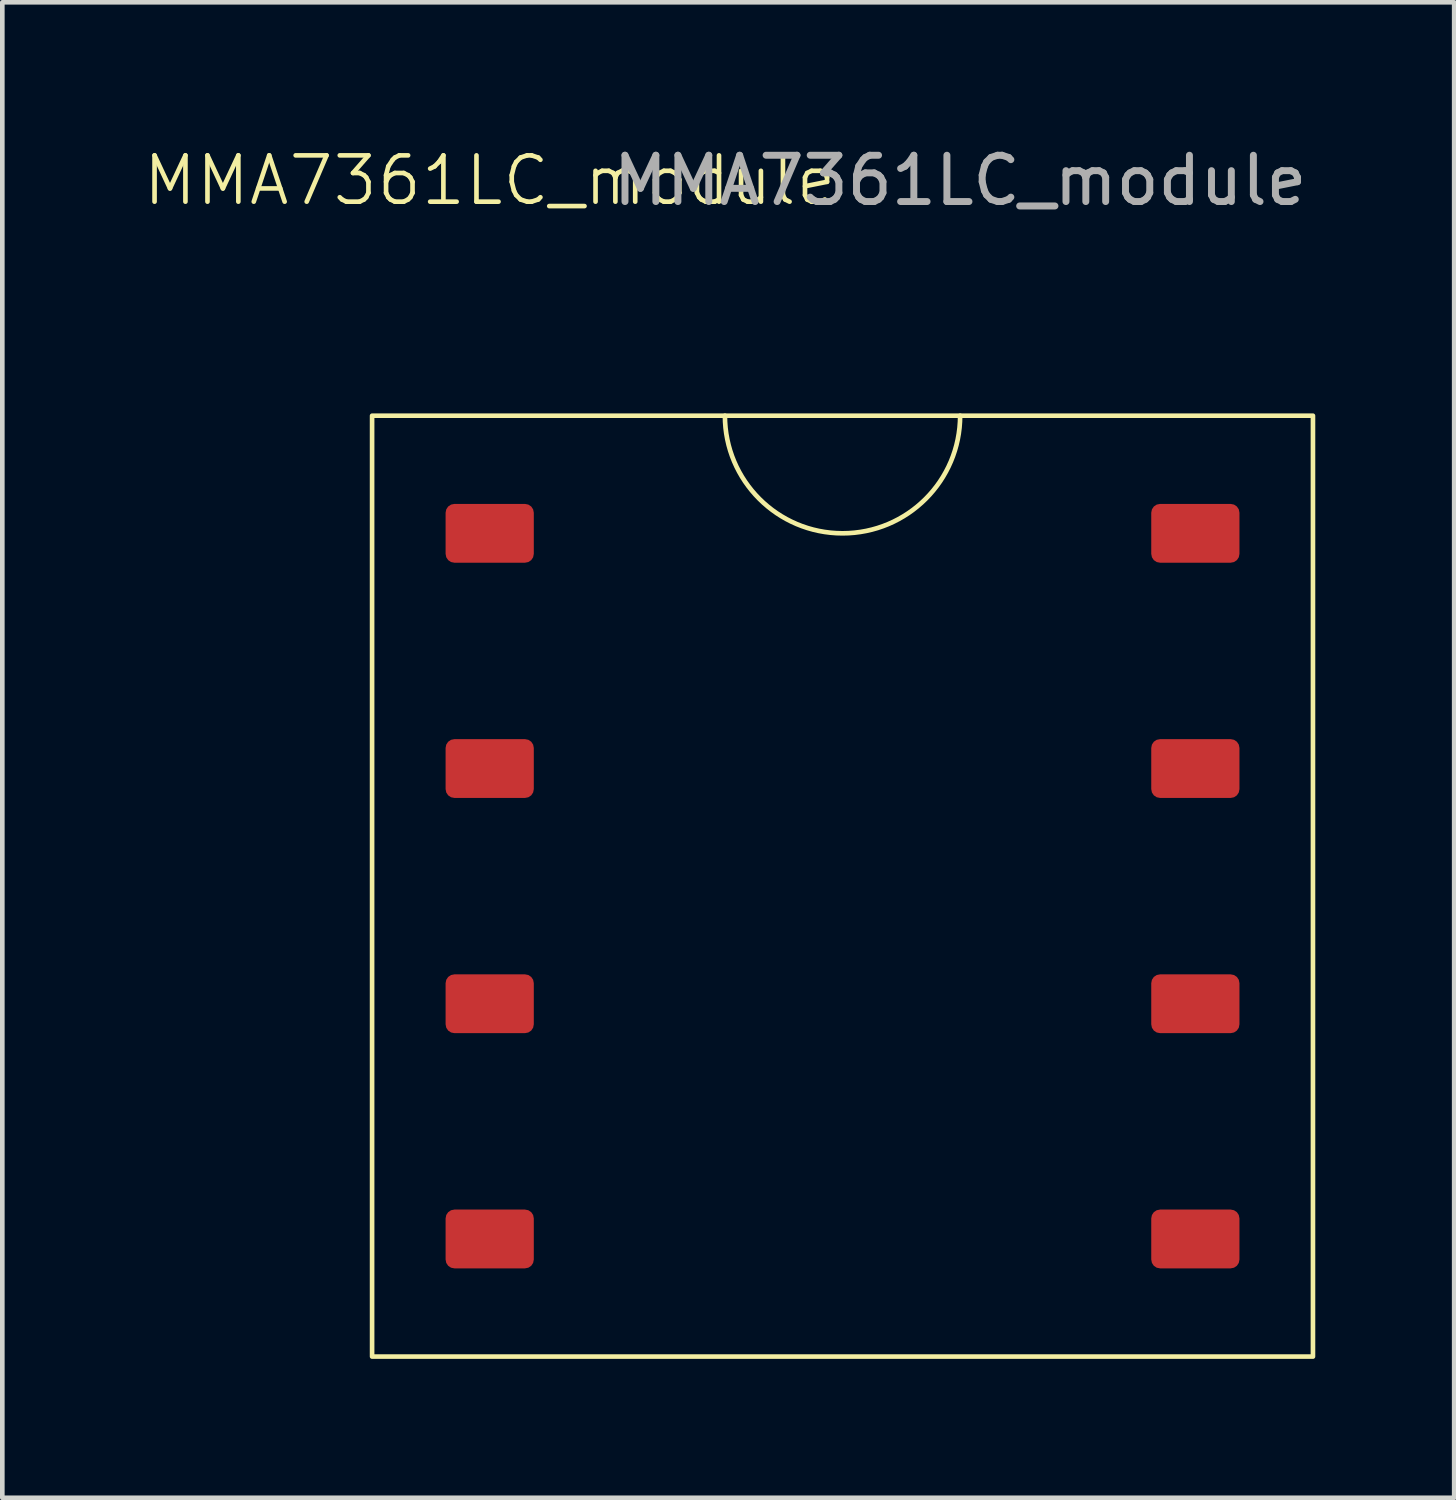
<source format=kicad_pcb>
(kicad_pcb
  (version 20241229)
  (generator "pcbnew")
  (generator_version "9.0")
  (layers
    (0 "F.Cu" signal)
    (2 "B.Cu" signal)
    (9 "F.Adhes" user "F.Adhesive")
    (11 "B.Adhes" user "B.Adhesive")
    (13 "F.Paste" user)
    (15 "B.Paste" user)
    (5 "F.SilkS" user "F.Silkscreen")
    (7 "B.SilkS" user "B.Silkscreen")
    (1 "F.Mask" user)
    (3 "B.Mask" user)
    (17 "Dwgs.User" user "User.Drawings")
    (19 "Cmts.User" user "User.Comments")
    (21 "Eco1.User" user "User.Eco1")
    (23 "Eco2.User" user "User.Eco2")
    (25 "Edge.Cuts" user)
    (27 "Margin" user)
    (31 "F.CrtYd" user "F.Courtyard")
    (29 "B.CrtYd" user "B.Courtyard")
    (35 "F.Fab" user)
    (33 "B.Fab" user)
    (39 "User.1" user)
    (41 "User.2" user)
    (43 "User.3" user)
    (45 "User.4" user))
  (footprint "MMA7361LC_module"
    (layer "F.Cu")
    (at 15.146 16.088)
    (property "Reference" "MMA7361LC_module" (at -7.62 -15.24 0) (unlocked yes) (layer "F.SilkS") (effects (font (size 1 1) (thickness 0.1))))
    (attr smd)
    (fp_rect (start -10.16 -10.16) (end 10.16 10.16) (stroke (width 0.1) (type default)) (fill no) (layer "F.SilkS"))
    (fp_arc (start 2.54 -10.16) (mid 0 -7.62) (end -2.54 -10.16) (stroke (width 0.1) (type default)) (layer "F.SilkS"))
    (fp_text user "${REFERENCE}" (at 2.54 -15.24 0) (unlocked yes) (layer "F.Fab") (effects (font (size 1 1) (thickness 0.15))))
    (pad "1" smd roundrect (at -7.62 -7.62) (size 1.905 1.27) (layers "F.Cu" "F.Mask" "F.Paste") (roundrect_rratio 0.15))
    (pad "2" smd roundrect (at -7.62 -2.54) (size 1.905 1.27) (layers "F.Cu" "F.Mask" "F.Paste") (roundrect_rratio 0.15))
    (pad "3" smd roundrect (at -7.62 2.54) (size 1.905 1.27) (layers "F.Cu" "F.Mask" "F.Paste") (roundrect_rratio 0.15))
    (pad "4" smd roundrect (at -7.62 7.62) (size 1.905 1.27) (layers "F.Cu" "F.Mask" "F.Paste") (roundrect_rratio 0.15))
    (pad "5" smd roundrect (at 7.62 7.62) (size 1.905 1.27) (layers "F.Cu" "F.Mask" "F.Paste") (roundrect_rratio 0.15))
    (pad "6" smd roundrect (at 7.62 2.54) (size 1.905 1.27) (layers "F.Cu" "F.Mask" "F.Paste") (roundrect_rratio 0.15))
    (pad "7" smd roundrect (at 7.62 -2.54) (size 1.905 1.27) (layers "F.Cu" "F.Mask" "F.Paste") (roundrect_rratio 0.15))
    (pad "8" smd roundrect (at 7.62 -7.62) (size 1.905 1.27) (layers "F.Cu" "F.Mask" "F.Paste") (roundrect_rratio 0.15)))
  (gr_rect
    (start -3 -3)
    (end 28.356 29.298)
    (stroke (width 0.1) (type default))
    (fill no)
    (layer "Edge.Cuts")))
</source>
